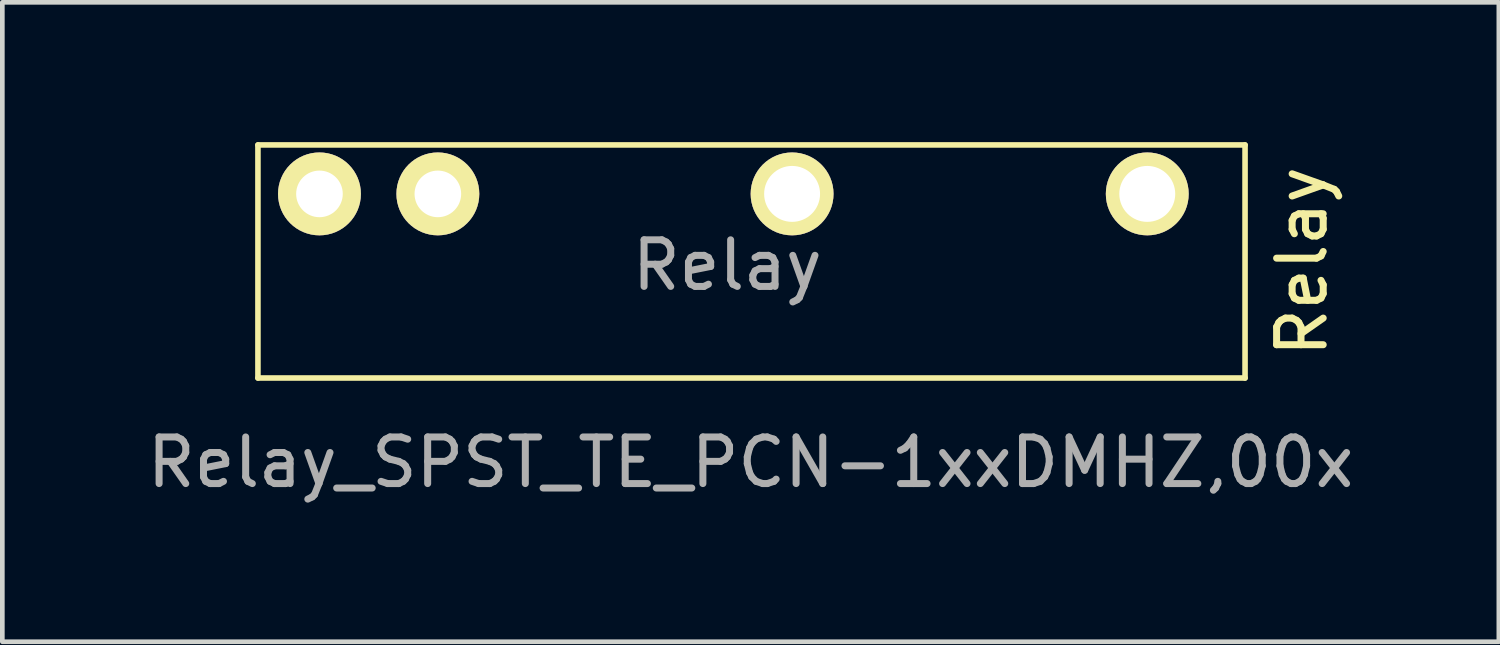
<source format=kicad_pcb>
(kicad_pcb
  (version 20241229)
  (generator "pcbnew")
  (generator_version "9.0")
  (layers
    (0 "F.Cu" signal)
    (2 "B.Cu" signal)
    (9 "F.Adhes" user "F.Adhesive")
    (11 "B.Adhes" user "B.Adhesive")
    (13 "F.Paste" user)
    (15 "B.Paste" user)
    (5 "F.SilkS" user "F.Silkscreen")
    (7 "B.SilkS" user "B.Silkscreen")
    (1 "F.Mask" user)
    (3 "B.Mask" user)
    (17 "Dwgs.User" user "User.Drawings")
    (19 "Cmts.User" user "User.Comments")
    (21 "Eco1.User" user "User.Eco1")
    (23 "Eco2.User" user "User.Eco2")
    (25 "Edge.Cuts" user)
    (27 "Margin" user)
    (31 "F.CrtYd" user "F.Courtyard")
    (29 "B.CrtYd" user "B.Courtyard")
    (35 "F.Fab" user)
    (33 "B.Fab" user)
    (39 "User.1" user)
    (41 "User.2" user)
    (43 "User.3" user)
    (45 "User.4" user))
  (footprint "Relay"
    (layer "F.Cu")
    (at 11.884 2.56)
    (property "Reference" "Relay" (at 13 0 90) (layer "F.SilkS") (effects (font (size 1 1) (thickness 0.15))))
    (attr through_hole)
    (fp_line (start -9.4 -2.5) (end -9.4 2.5) (stroke (width 0.12) (type solid)) (layer "F.SilkS"))
    (fp_line (start -9.4 2.5) (end 11.778 2.5) (stroke (width 0.12) (type solid)) (layer "F.SilkS"))
    (fp_line (start 11.778 -2.5) (end -9.4 -2.5) (stroke (width 0.12) (type solid)) (layer "F.SilkS"))
    (fp_line (start 11.778 2.5) (end 11.778 -2.5) (stroke (width 0.12) (type solid)) (layer "F.SilkS"))
    (fp_text user "${REFERENCE}" (at 0.67 0.08 0) (layer "F.Fab") (effects (font (size 1 1) (thickness 0.15))))
    (fp_text user "Relay_SPST_TE_PCN-1xxDMHZ,00x" (at 1.17 4.31 0) (layer "F.Fab") (effects (font (size 1 1) (thickness 0.15))))
    (pad "1" thru_hole circle (at -8.08 -1.45) (size 1.778 1.778) (drill 1) (layers "*.Cu" "*.Mask" "F.SilkS"))
    (pad "2" thru_hole circle (at -5.54 -1.45) (size 1.778 1.778) (drill 1) (layers "*.Cu" "*.Mask" "F.SilkS"))
    (pad "3" thru_hole circle (at 2.06 -1.45) (size 1.778 1.778) (drill 1.2) (layers "*.Cu" "*.Mask" "F.SilkS"))
    (pad "4" thru_hole circle (at 9.68 -1.45) (size 1.778 1.778) (drill 1.2) (layers "*.Cu" "*.Mask" "F.SilkS")))
  (gr_rect
    (start -3 -3)
    (end 29.107 10.718)
    (stroke (width 0.1) (type default))
    (fill no)
    (layer "Edge.Cuts")))
</source>
